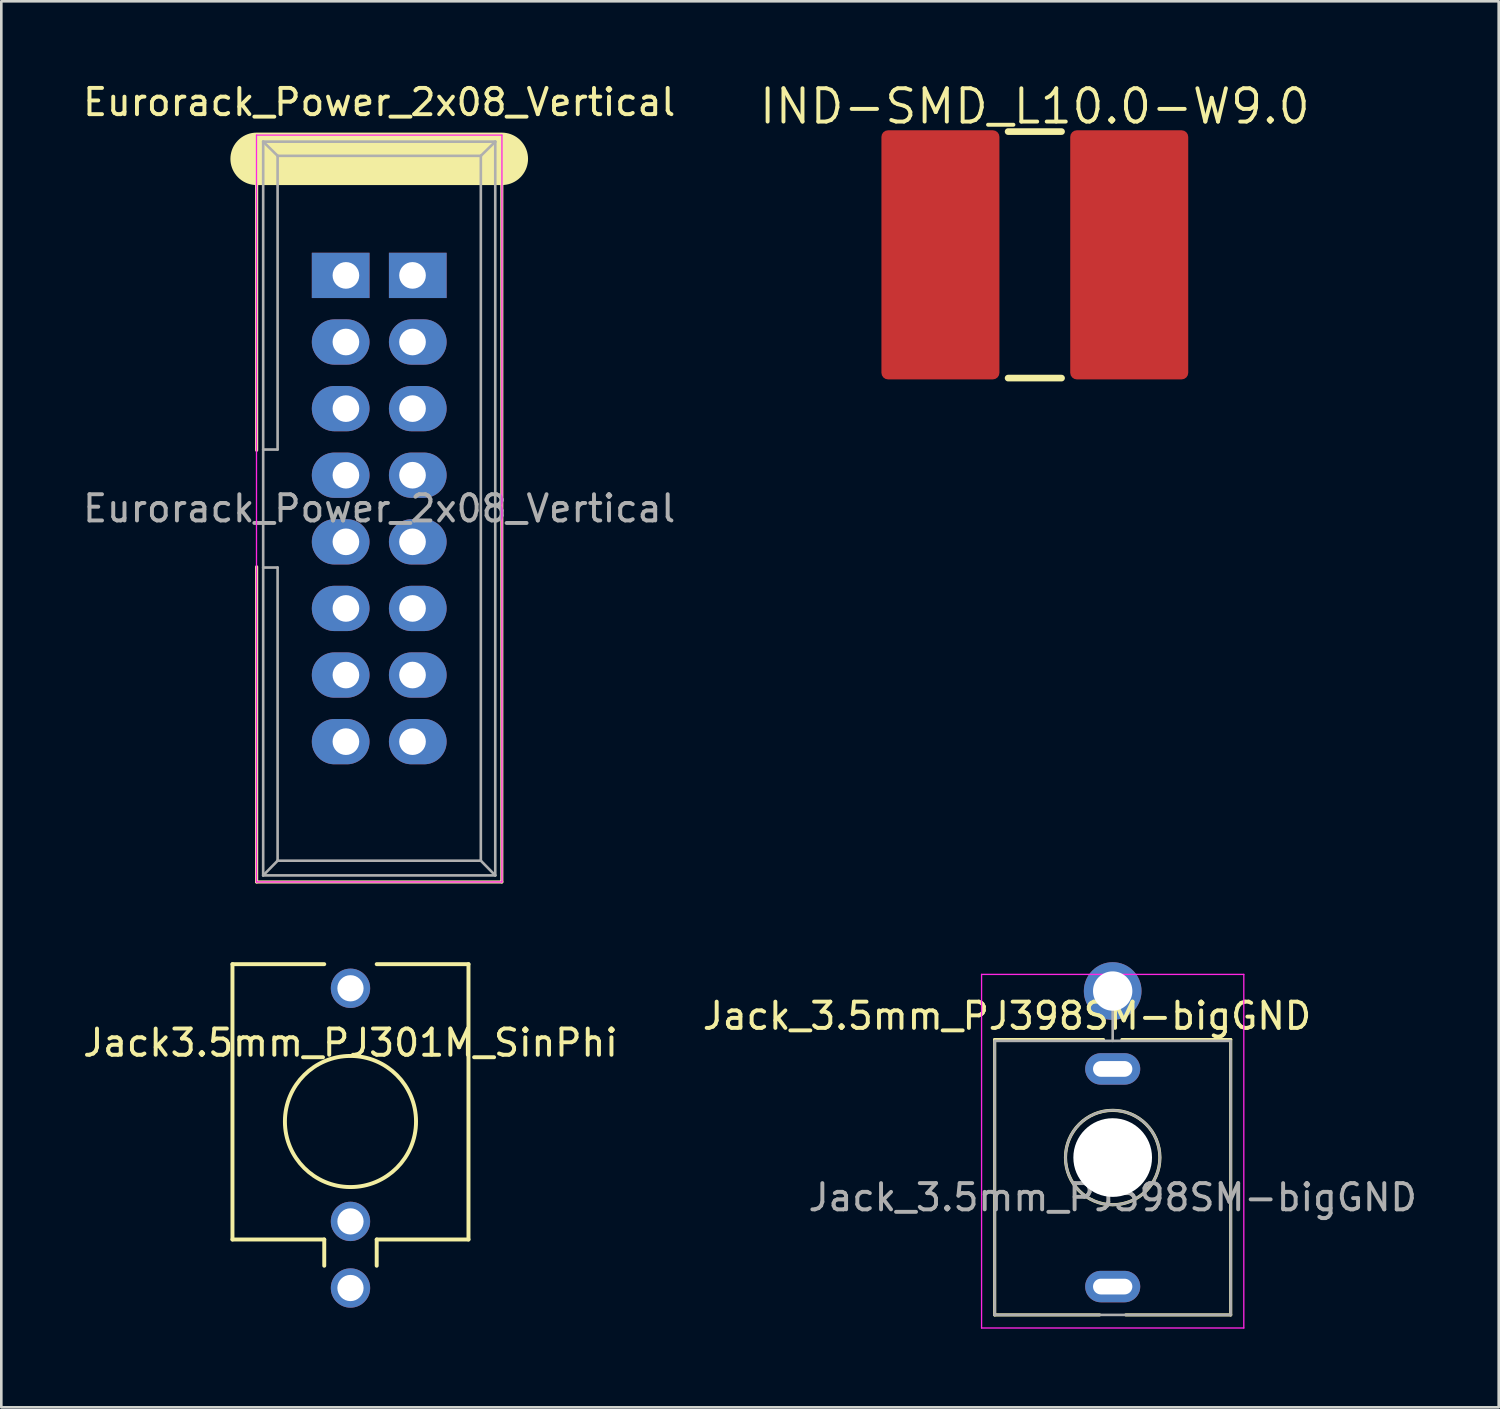
<source format=kicad_pcb>
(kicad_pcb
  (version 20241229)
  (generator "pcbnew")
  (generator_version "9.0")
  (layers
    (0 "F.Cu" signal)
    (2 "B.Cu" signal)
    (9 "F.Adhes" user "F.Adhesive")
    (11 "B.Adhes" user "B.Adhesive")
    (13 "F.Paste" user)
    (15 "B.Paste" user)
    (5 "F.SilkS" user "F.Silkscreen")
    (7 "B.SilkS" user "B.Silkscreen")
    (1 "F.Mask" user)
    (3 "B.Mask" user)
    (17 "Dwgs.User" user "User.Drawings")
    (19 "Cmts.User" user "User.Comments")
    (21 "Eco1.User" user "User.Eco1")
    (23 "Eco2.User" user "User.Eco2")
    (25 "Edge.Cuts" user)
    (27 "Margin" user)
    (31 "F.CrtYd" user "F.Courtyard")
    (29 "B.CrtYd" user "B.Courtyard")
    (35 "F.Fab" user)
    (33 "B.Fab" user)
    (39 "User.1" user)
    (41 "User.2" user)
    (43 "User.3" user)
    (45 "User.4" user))
  (footprint "Jack_3.5mm_PJ398SM-bigGND"
    (layer "F.Cu")
    (at 39.381 41.092)
    (property "Reference" "Jack_3.5mm_PJ398SM-bigGND" (at -4.03 -5.4 180) (layer "F.SilkS") (effects (font (size 1 1) (thickness 0.15))))
    (attr through_hole)
    (fp_line (start -4.5 -4.5) (end -4.5 6) (stroke (width 0.12) (type solid)) (layer "F.SilkS"))
    (fp_line (start -0.5 6) (end -4.5 6) (stroke (width 0.12) (type solid)) (layer "F.SilkS"))
    (fp_line (start -0.35 -4.5) (end -4.5 -4.5) (stroke (width 0.12) (type solid)) (layer "F.SilkS"))
    (fp_line (start 4.5 -4.5) (end 0.35 -4.5) (stroke (width 0.12) (type solid)) (layer "F.SilkS"))
    (fp_line (start 4.5 -4.5) (end 4.5 6) (stroke (width 0.12) (type solid)) (layer "F.SilkS"))
    (fp_line (start 4.5 6) (end 0.5 6) (stroke (width 0.12) (type solid)) (layer "F.SilkS"))
    (fp_circle (center 0 0) (end 1.8 0) (stroke (width 0.12) (type solid)) (fill no) (layer "F.SilkS"))
    (fp_line (start -5 6.5) (end -5 -6.985) (stroke (width 0.05) (type solid)) (layer "F.CrtYd"))
    (fp_line (start 5 -6.985) (end -5 -6.985) (stroke (width 0.05) (type solid)) (layer "F.CrtYd"))
    (fp_line (start 5 6.5) (end -5 6.5) (stroke (width 0.05) (type solid)) (layer "F.CrtYd"))
    (fp_line (start 5 6.5) (end 5 -6.985) (stroke (width 0.05) (type solid)) (layer "F.CrtYd"))
    (fp_line (start -4.5 6) (end -4.5 -4.4) (stroke (width 0.1) (type solid)) (layer "F.Fab"))
    (fp_line (start 0 -6.48) (end 0 -4.45) (stroke (width 0.1) (type solid)) (layer "F.Fab"))
    (fp_line (start 4.5 -4.45) (end -4.5 -4.45) (stroke (width 0.1) (type solid)) (layer "F.Fab"))
    (fp_line (start 4.5 6) (end -4.5 6) (stroke (width 0.1) (type solid)) (layer "F.Fab"))
    (fp_line (start 4.5 6) (end 4.5 -4.4) (stroke (width 0.1) (type solid)) (layer "F.Fab"))
    (fp_circle (center 0 0) (end 1.8 0) (stroke (width 0.1) (type solid)) (fill no) (layer "F.Fab"))
    (fp_text user "${REFERENCE}" (at 0 1.52 180) (layer "F.Fab") (effects (font (size 1 1) (thickness 0.15))))
    (pad "" np_thru_hole circle (at 0 0 180) (size 3 3) (drill 3) (layers "*.Cu" "*.Mask"))
    (pad "S" thru_hole circle (at 0 -6.35 180) (size 2.2 2.2) (drill 1.5) (layers "*.Cu" "*.Mask"))
    (pad "T" thru_hole oval (at 0 4.92 180) (size 2.1 1.2) (drill oval 1.5 0.6) (layers "*.Cu" "*.Mask"))
    (pad "TN" thru_hole oval (at 0 -3.38 180) (size 2.1 1.2) (drill oval 1.5 0.6) (layers "*.Cu" "*.Mask")))
  (footprint "Eurorack_Power_2x08_Vertical"
    (layer "F.Cu")
    (at 10.141 7.452)
    (property "Reference" "Eurorack_Power_2x08_Vertical" (at 1.27 -6.604 0) (layer "F.SilkS") (effects (font (size 1 1) (thickness 0.15))))
    (attr through_hole)
    (fp_line (start -3.405 -4.445) (end 5.945 -4.445) (stroke (width 2) (type solid)) (layer "F.SilkS"))
    (fp_line (start -3.405 6.668) (end -3.405 -5.35) (stroke (width 0.12) (type solid)) (layer "F.SilkS"))
    (fp_line (start -3.405 23.13) (end -3.405 11.113) (stroke (width 0.12) (type solid)) (layer "F.SilkS"))
    (fp_line (start 5.945 -5.35) (end 5.945 23.13) (stroke (width 0.12) (type solid)) (layer "F.SilkS"))
    (fp_line (start 5.945 23.13) (end -3.405 23.13) (stroke (width 0.12) (type solid)) (layer "F.SilkS"))
    (fp_line (start -3.41 -5.35) (end 5.95 -5.35) (stroke (width 0.05) (type solid)) (layer "F.CrtYd"))
    (fp_line (start -3.41 23.13) (end -3.41 -5.35) (stroke (width 0.05) (type solid)) (layer "F.CrtYd"))
    (fp_line (start 5.95 -5.35) (end 5.95 23.13) (stroke (width 0.05) (type solid)) (layer "F.CrtYd"))
    (fp_line (start 5.95 23.13) (end -3.41 23.13) (stroke (width 0.05) (type solid)) (layer "F.CrtYd"))
    (fp_line (start -3.155 -5.1) (end -3.155 22.88) (stroke (width 0.1) (type solid)) (layer "F.Fab"))
    (fp_line (start -3.155 -5.1) (end -2.605 -4.56) (stroke (width 0.1) (type solid)) (layer "F.Fab"))
    (fp_line (start -3.155 22.88) (end -2.605 22.32) (stroke (width 0.1) (type solid)) (layer "F.Fab"))
    (fp_line (start -2.605 -4.56) (end -2.605 6.64) (stroke (width 0.1) (type solid)) (layer "F.Fab"))
    (fp_line (start -2.605 6.64) (end -3.155 6.64) (stroke (width 0.1) (type solid)) (layer "F.Fab"))
    (fp_line (start -2.605 11.14) (end -3.155 11.14) (stroke (width 0.1) (type solid)) (layer "F.Fab"))
    (fp_line (start -2.605 11.14) (end -2.605 22.32) (stroke (width 0.1) (type solid)) (layer "F.Fab"))
    (fp_line (start 5.145 -4.56) (end -2.605 -4.56) (stroke (width 0.1) (type solid)) (layer "F.Fab"))
    (fp_line (start 5.145 -4.56) (end 5.145 22.32) (stroke (width 0.1) (type solid)) (layer "F.Fab"))
    (fp_line (start 5.145 22.32) (end -2.605 22.32) (stroke (width 0.1) (type solid)) (layer "F.Fab"))
    (fp_line (start 5.695 -5.1) (end -3.155 -5.1) (stroke (width 0.1) (type solid)) (layer "F.Fab"))
    (fp_line (start 5.695 -5.1) (end 5.145 -4.56) (stroke (width 0.1) (type solid)) (layer "F.Fab"))
    (fp_line (start 5.695 -5.1) (end 5.695 22.88) (stroke (width 0.1) (type solid)) (layer "F.Fab"))
    (fp_line (start 5.695 22.88) (end -3.155 22.88) (stroke (width 0.1) (type solid)) (layer "F.Fab"))
    (fp_line (start 5.695 22.88) (end 5.145 22.32) (stroke (width 0.1) (type solid)) (layer "F.Fab"))
    (fp_text user "${REFERENCE}" (at 1.27 8.89 0) (layer "F.Fab") (effects (font (size 1 1) (thickness 0.15))))
    (pad "1" thru_hole rect (at 0 0) (size 2.2 1.727) (drill 1.016 (offset -0.2 0)) (layers "*.Cu" "*.Mask"))
    (pad "1" thru_hole rect (at 2.54 0) (size 2.2 1.727) (drill 1.016 (offset 0.2 0)) (layers "*.Cu" "*.Mask"))
    (pad "2" thru_hole oval (at 0 2.54) (size 2.2 1.727) (drill 1.016 (offset -0.2 0)) (layers "*.Cu" "*.Mask"))
    (pad "2" thru_hole oval (at 0 5.08) (size 2.2 1.727) (drill 1.016 (offset -0.2 0)) (layers "*.Cu" "*.Mask"))
    (pad "2" thru_hole oval (at 0 7.62) (size 2.2 1.727) (drill 1.016 (offset -0.2 0)) (layers "*.Cu" "*.Mask"))
    (pad "2" thru_hole oval (at 2.54 2.54) (size 2.2 1.727) (drill 1.016 (offset 0.2 0)) (layers "*.Cu" "*.Mask"))
    (pad "2" thru_hole oval (at 2.54 5.08) (size 2.2 1.727) (drill 1.016 (offset 0.2 0)) (layers "*.Cu" "*.Mask"))
    (pad "2" thru_hole oval (at 2.54 7.62) (size 2.2 1.727) (drill 1.016 (offset 0.2 0)) (layers "*.Cu" "*.Mask"))
    (pad "3" thru_hole oval (at 0 10.16) (size 2.2 1.727) (drill 1.016 (offset -0.2 0)) (layers "*.Cu" "*.Mask"))
    (pad "3" thru_hole oval (at 2.54 10.16) (size 2.2 1.727) (drill 1.016 (offset 0.2 0)) (layers "*.Cu" "*.Mask"))
    (pad "4" thru_hole oval (at 0 12.7) (size 2.2 1.727) (drill 1.016 (offset -0.2 0)) (layers "*.Cu" "*.Mask"))
    (pad "4" thru_hole oval (at 2.54 12.7) (size 2.2 1.727) (drill 1.016 (offset 0.2 0)) (layers "*.Cu" "*.Mask"))
    (pad "5" thru_hole oval (at 0 15.24) (size 2.2 1.727) (drill 1.016 (offset -0.2 0)) (layers "*.Cu" "*.Mask"))
    (pad "5" thru_hole oval (at 2.54 15.24) (size 2.2 1.727) (drill 1.016 (offset 0.2 0)) (layers "*.Cu" "*.Mask"))
    (pad "6" thru_hole oval (at 0 17.78) (size 2.2 1.727) (drill 1.016 (offset -0.2 0)) (layers "*.Cu" "*.Mask"))
    (pad "6" thru_hole oval (at 2.54 17.78) (size 2.2 1.727) (drill 1.016 (offset 0.2 0)) (layers "*.Cu" "*.Mask")))
  (footprint "IND-SMD_L10.0-W9.0"
    (layer "F.Cu")
    (at 36.412 6.668)
    (property "Reference" "IND-SMD_L10.0-W9.0" (at 0 -5.662 0) (layer "F.SilkS") (effects (font (size 1.27 1.27) (thickness 0.15))))
    (fp_line (start -1.019 -4.7) (end 1.019 -4.7) (stroke (width 0.254) (type default)) (layer "F.SilkS"))
    (fp_line (start -1.019 4.7) (end 1.019 4.7) (stroke (width 0.254) (type default)) (layer "F.SilkS"))
    (fp_circle (center -5 4.5) (end -4.97 4.5) (stroke (width 0.06) (type default)) (fill no) (layer "User.5"))
    (pad "1" smd roundrect (at -3.6 0) (size 4.5 9.5) (layers "F.Cu" "F.Mask" "F.Paste") (roundrect_rratio 0.056))
    (pad "2" smd roundrect (at 3.6 0) (size 4.5 9.5) (layers "F.Cu" "F.Mask" "F.Paste") (roundrect_rratio 0.056))
    (zone (net_name "") (layer "User.3") (hatch edge 0.5) (priority 100) (connect_pads yes) (min_thickness 0) (filled_areas_thickness no) (fill yes) (polygon (pts (xy 34.212 11.168) (xy 33.712 10.868) (xy 32.912 10.268) (xy 32.012 9.168) (xy 31.712 8.368) (xy 31.512 7.668) (xy 31.412 7.168) (xy 31.412 6.668) (xy 31.412 6.168) (xy 31.512 5.568) (xy 31.712 4.968) (xy 32.112 4.068) (xy 32.512 3.468) (xy 32.912 3.068) (xy 33.712 2.468) (xy 34.212 2.168) (xy 38.612 2.168) (xy 39.412 2.668) (xy 39.912 3.068) (xy 40.812 4.168) (xy 41.212 5.268) (xy 41.412 6.168) (xy 41.412 6.668) (xy 41.412 7.168) (xy 41.312 7.768) (xy 41.112 8.368) (xy 40.812 9.068) (xy 40.312 9.868) (xy 40.012 10.168) (xy 39.512 10.568) (xy 39.112 10.868) (xy 38.612 11.168))) (filled_polygon (layer "User.3") (island) (pts (xy 34.212 11.168) (xy 33.712 10.868) (xy 32.912 10.268) (xy 32.012 9.168) (xy 31.712 8.368) (xy 31.512 7.668) (xy 31.412 7.168) (xy 31.412 6.668) (xy 31.412 6.168) (xy 31.512 5.568) (xy 31.712 4.968) (xy 32.112 4.068) (xy 32.512 3.468) (xy 32.912 3.068) (xy 33.712 2.468) (xy 34.212 2.168) (xy 38.612 2.168) (xy 39.412 2.668) (xy 39.912 3.068) (xy 40.812 4.168) (xy 41.212 5.268) (xy 41.412 6.168) (xy 41.412 6.668) (xy 41.412 7.168) (xy 41.312 7.768) (xy 41.112 8.368) (xy 40.812 9.068) (xy 40.312 9.868) (xy 40.012 10.168) (xy 39.512 10.568) (xy 39.112 10.868) (xy 38.612 11.168))))
    (zone (net_name "") (layer "User.4") (hatch edge 0.5) (priority 100) (connect_pads yes) (min_thickness 0) (filled_areas_thickness no) (fill yes) (polygon (pts (xy 31.412 7.168) (xy 31.412 6.168) (xy 31.512 5.568) (xy 31.712 4.968) (xy 32.112 4.068) (xy 32.512 3.468) (xy 32.912 3.068) (xy 33.312 2.768) (xy 33.712 2.468) (xy 34.212 2.168) (xy 34.662 2.168) (xy 34.662 11.168) (xy 34.212 11.168) (xy 33.712 10.868) (xy 33.312 10.568) (xy 32.912 10.268) (xy 32.012 9.168) (xy 31.712 8.368) (xy 31.612 8.068))) (filled_polygon (layer "User.4") (island) (pts (xy 31.412 7.168) (xy 31.412 6.168) (xy 31.512 5.568) (xy 31.712 4.968) (xy 32.112 4.068) (xy 32.512 3.468) (xy 32.912 3.068) (xy 33.312 2.768) (xy 33.712 2.468) (xy 34.212 2.168) (xy 34.662 2.168) (xy 34.662 11.168) (xy 34.212 11.168) (xy 33.712 10.868) (xy 33.312 10.568) (xy 32.912 10.268) (xy 32.012 9.168) (xy 31.712 8.368) (xy 31.612 8.068))))
    (zone (net_name "") (layer "User.4") (hatch edge 0.5) (priority 100) (connect_pads yes) (min_thickness 0) (filled_areas_thickness no) (fill yes) (polygon (pts (xy 41.412 6.168) (xy 41.412 7.168) (xy 41.312 7.768) (xy 41.112 8.368) (xy 40.712 9.268) (xy 40.312 9.868) (xy 39.912 10.268) (xy 39.512 10.568) (xy 39.112 10.868) (xy 38.612 11.168) (xy 38.162 11.168) (xy 38.162 2.168) (xy 38.612 2.168) (xy 39.112 2.468) (xy 39.512 2.768) (xy 39.912 3.068) (xy 40.812 4.168) (xy 41.112 4.968) (xy 41.212 5.268))) (filled_polygon (layer "User.4") (island) (pts (xy 41.412 6.168) (xy 41.412 7.168) (xy 41.312 7.768) (xy 41.112 8.368) (xy 40.712 9.268) (xy 40.312 9.868) (xy 39.912 10.268) (xy 39.512 10.568) (xy 39.112 10.868) (xy 38.612 11.168) (xy 38.162 11.168) (xy 38.162 2.168) (xy 38.612 2.168) (xy 39.112 2.468) (xy 39.512 2.768) (xy 39.912 3.068) (xy 40.812 4.168) (xy 41.112 4.968) (xy 41.212 5.268)))))
  (footprint "Jack3.5mm_PJ301M_SinPhi"
    (layer "F.Cu")
    (at 10.315 39.717)
    (property "Reference" "Jack3.5mm_PJ301M_SinPhi" (at 0 -3 0) (layer "F.SilkS") (effects (font (size 1 1) (thickness 0.15))))
    (attr through_hole)
    (fp_line (start -4.5 -6) (end -4.5 4.5) (stroke (width 0.15) (type solid)) (layer "F.SilkS"))
    (fp_line (start -4.5 4.5) (end -1 4.5) (stroke (width 0.15) (type solid)) (layer "F.SilkS"))
    (fp_line (start -1 -6) (end -4.5 -6) (stroke (width 0.15) (type solid)) (layer "F.SilkS"))
    (fp_line (start -1 4.5) (end -1 5.5) (stroke (width 0.15) (type solid)) (layer "F.SilkS"))
    (fp_line (start 1 -6) (end 4.5 -6) (stroke (width 0.15) (type solid)) (layer "F.SilkS"))
    (fp_line (start 1 4.5) (end 1 5.5) (stroke (width 0.15) (type solid)) (layer "F.SilkS"))
    (fp_line (start 1 4.5) (end 4.5 4.5) (stroke (width 0.15) (type solid)) (layer "F.SilkS"))
    (fp_line (start 4.5 -6) (end 4.5 4.5) (stroke (width 0.15) (type solid)) (layer "F.SilkS"))
    (fp_circle (center 0 0) (end 0 2.5) (stroke (width 0.15) (type solid)) (fill no) (layer "F.SilkS"))
    (pad "1" thru_hole circle (at 0 6.35) (size 1.5 1.5) (drill 1) (layers "*.Cu" "*.Mask"))
    (pad "2" thru_hole circle (at 0 3.81) (size 1.5 1.5) (drill 1) (layers "*.Cu" "*.Mask"))
    (pad "3" thru_hole circle (at 0 -5.08) (size 1.5 1.5) (drill 1) (layers "*.Cu" "*.Mask")))
  (gr_rect
    (start -3 -3)
    (end 54.101 50.617)
    (stroke (width 0.1) (type default))
    (fill no)
    (layer "Edge.Cuts")))
</source>
